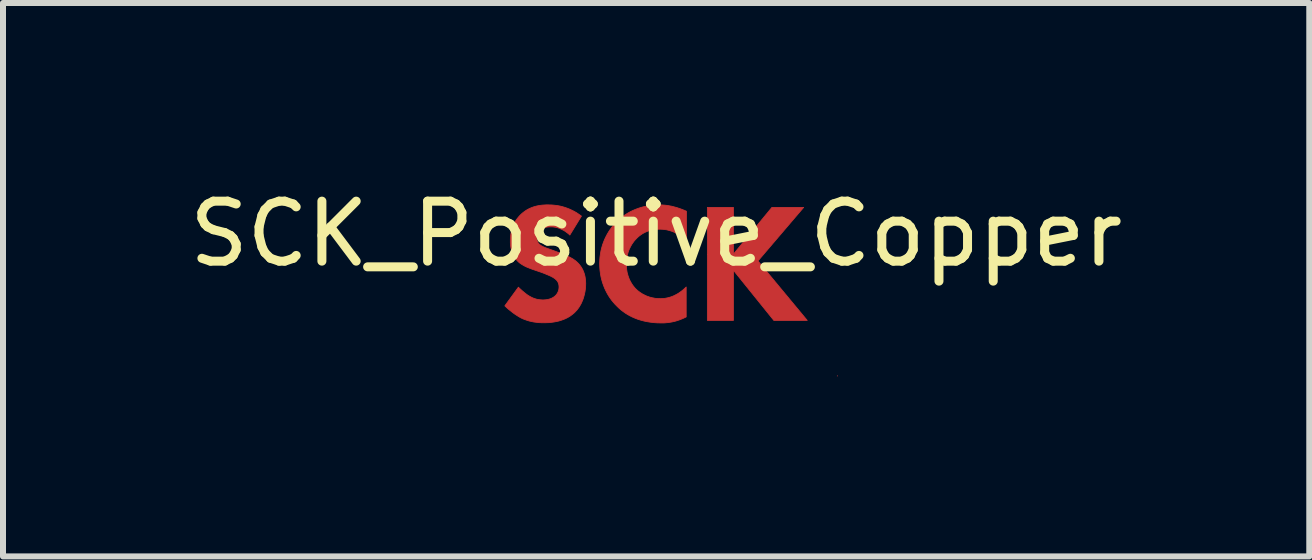
<source format=kicad_pcb>
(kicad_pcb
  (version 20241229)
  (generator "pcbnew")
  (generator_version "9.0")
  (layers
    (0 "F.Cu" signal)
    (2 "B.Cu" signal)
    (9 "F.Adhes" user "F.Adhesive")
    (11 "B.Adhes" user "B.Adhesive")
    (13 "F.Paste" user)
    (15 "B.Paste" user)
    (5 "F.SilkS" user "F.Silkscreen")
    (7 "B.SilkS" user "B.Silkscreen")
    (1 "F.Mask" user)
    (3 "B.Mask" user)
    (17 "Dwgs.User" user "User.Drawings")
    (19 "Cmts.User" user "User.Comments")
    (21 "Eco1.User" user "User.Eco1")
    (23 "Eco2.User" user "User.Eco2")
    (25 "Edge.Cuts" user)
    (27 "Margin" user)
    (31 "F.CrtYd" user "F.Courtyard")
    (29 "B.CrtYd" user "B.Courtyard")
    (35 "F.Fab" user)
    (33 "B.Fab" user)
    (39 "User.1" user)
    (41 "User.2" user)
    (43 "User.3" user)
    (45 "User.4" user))
  (footprint "SCK_Positive_Copper"
    (layer "F.Cu")
    (at 7.887 1.348)
    (property "Reference" "SCK_Positive_Copper" (at 0 -0.5 0) (unlocked yes) (layer "F.SilkS") (effects (font (size 1 1) (thickness 0.15))))
    (fp_poly (pts (xy 3.02 1.87) (xy 3.02 1.868) (xy 3.023 1.866)) (stroke (width 0.013) (type solid)) (fill yes) (layer "F.Cu"))
    (fp_poly (pts (xy 1.288 -0.162) (xy 1.93 -0.941) (xy 2.459 -0.941) (xy 1.697 -0.048) (xy 2.519 0.943) (xy 1.962 0.943) (xy 1.288 0.107) (xy 1.288 0.943) (xy 0.854 0.943) (xy 0.854 -0.158) (xy 1.284 -0.158) (xy 1.288 -0.158) (xy 1.288 -0.162) (xy 1.284 -0.158) (xy 0.854 -0.158) (xy 0.854 -0.941) (xy 1.288 -0.941)) (stroke (width 0.013) (type solid)) (fill yes) (layer "F.Cu"))
    (fp_poly (pts (xy 0.077 -0.983) (xy 0.101 -0.982) (xy 0.125 -0.98) (xy 0.15 -0.978) (xy 0.176 -0.975) (xy 0.202 -0.971) (xy 0.229 -0.966) (xy 0.257 -0.961) (xy 0.285 -0.954) (xy 0.314 -0.946) (xy 0.344 -0.938) (xy 0.374 -0.928) (xy 0.406 -0.917) (xy 0.438 -0.905) (xy 0.471 -0.892) (xy 0.505 -0.877) (xy 0.505 -0.376) (xy 0.486 -0.395) (xy 0.467 -0.414) (xy 0.446 -0.433) (xy 0.424 -0.451) (xy 0.401 -0.468) (xy 0.376 -0.485) (xy 0.351 -0.5) (xy 0.324 -0.515) (xy 0.296 -0.529) (xy 0.267 -0.541) (xy 0.236 -0.551) (xy 0.22 -0.556) (xy 0.204 -0.56) (xy 0.188 -0.564) (xy 0.171 -0.568) (xy 0.154 -0.57) (xy 0.137 -0.573) (xy 0.119 -0.575) (xy 0.101 -0.576) (xy 0.083 -0.577) (xy 0.064 -0.577) (xy 0.034 -0.577) (xy 0.006 -0.575) (xy -0.022 -0.572) (xy -0.049 -0.568) (xy -0.076 -0.563) (xy -0.102 -0.556) (xy -0.127 -0.549) (xy -0.151 -0.54) (xy -0.175 -0.53) (xy -0.197 -0.519) (xy -0.22 -0.507) (xy -0.241 -0.494) (xy -0.262 -0.479) (xy -0.282 -0.464) (xy -0.302 -0.447) (xy -0.321 -0.429) (xy -0.34 -0.409) (xy -0.359 -0.389) (xy -0.376 -0.367) (xy -0.393 -0.343) (xy -0.409 -0.319) (xy -0.423 -0.294) (xy -0.436 -0.268) (xy -0.449 -0.241) (xy -0.46 -0.213) (xy -0.469 -0.185) (xy -0.477 -0.155) (xy -0.484 -0.125) (xy -0.49 -0.093) (xy -0.494 -0.061) (xy -0.496 -0.029) (xy -0.497 0.005) (xy -0.496 0.04) (xy -0.494 0.075) (xy -0.489 0.108) (xy -0.484 0.14) (xy -0.476 0.17) (xy -0.468 0.199) (xy -0.458 0.227) (xy -0.448 0.254) (xy -0.436 0.279) (xy -0.423 0.303) (xy -0.41 0.326) (xy -0.396 0.348) (xy -0.381 0.368) (xy -0.366 0.387) (xy -0.351 0.405) (xy -0.335 0.421) (xy -0.326 0.429) (xy -0.316 0.439) (xy -0.303 0.45) (xy -0.287 0.462) (xy -0.27 0.475) (xy -0.25 0.488) (xy -0.228 0.502) (xy -0.203 0.515) (xy -0.19 0.521) (xy -0.177 0.528) (xy -0.163 0.534) (xy -0.148 0.54) (xy -0.133 0.545) (xy -0.117 0.551) (xy -0.101 0.556) (xy -0.084 0.56) (xy -0.066 0.565) (xy -0.048 0.568) (xy -0.03 0.572) (xy -0.011 0.575) (xy 0.009 0.577) (xy 0.029 0.578) (xy 0.05 0.579) (xy 0.071 0.58) (xy 0.093 0.579) (xy 0.115 0.578) (xy 0.138 0.576) (xy 0.162 0.572) (xy 0.187 0.567) (xy 0.213 0.561) (xy 0.239 0.553) (xy 0.266 0.544) (xy 0.294 0.532) (xy 0.322 0.518) (xy 0.351 0.503) (xy 0.38 0.485) (xy 0.41 0.464) (xy 0.44 0.441) (xy 0.47 0.415) (xy 0.501 0.386) (xy 0.501 0.885) (xy 0.474 0.898) (xy 0.444 0.912) (xy 0.414 0.924) (xy 0.386 0.935) (xy 0.358 0.944) (xy 0.33 0.953) (xy 0.303 0.96) (xy 0.277 0.966) (xy 0.251 0.971) (xy 0.226 0.975) (xy 0.202 0.979) (xy 0.178 0.981) (xy 0.132 0.985) (xy 0.089 0.985) (xy 0.025 0.984) (xy -0.036 0.98) (xy -0.095 0.973) (xy -0.151 0.964) (xy -0.204 0.953) (xy -0.256 0.939) (xy -0.305 0.924) (xy -0.352 0.906) (xy -0.396 0.887) (xy -0.438 0.866) (xy -0.479 0.843) (xy -0.517 0.819) (xy -0.553 0.793) (xy -0.587 0.767) (xy -0.619 0.739) (xy -0.649 0.71) (xy -0.68 0.679) (xy -0.71 0.645) (xy -0.739 0.61) (xy -0.766 0.573) (xy -0.792 0.534) (xy -0.816 0.493) (xy -0.838 0.45) (xy -0.859 0.406) (xy -0.877 0.36) (xy -0.894 0.312) (xy -0.908 0.263) (xy -0.92 0.213) (xy -0.929 0.161) (xy -0.936 0.108) (xy -0.94 0.053) (xy -0.942 -0.002) (xy -0.94 -0.058) (xy -0.936 -0.112) (xy -0.929 -0.165) (xy -0.92 -0.216) (xy -0.908 -0.266) (xy -0.894 -0.315) (xy -0.877 -0.362) (xy -0.859 -0.407) (xy -0.838 -0.451) (xy -0.816 -0.493) (xy -0.792 -0.534) (xy -0.766 -0.573) (xy -0.739 -0.61) (xy -0.71 -0.646) (xy -0.68 -0.679) (xy -0.649 -0.711) (xy -0.617 -0.741) (xy -0.583 -0.77) (xy -0.548 -0.797) (xy -0.51 -0.822) (xy -0.471 -0.846) (xy -0.431 -0.869) (xy -0.389 -0.889) (xy -0.345 -0.908) (xy -0.3 -0.925) (xy -0.254 -0.94) (xy -0.206 -0.953) (xy -0.157 -0.963) (xy -0.106 -0.972) (xy -0.054 -0.978) (xy -0.001 -0.982) (xy 0.053 -0.983)) (stroke (width 0.013) (type solid)) (fill yes) (layer "F.Cu"))
    (fp_poly (pts (xy -1.75 -0.982) (xy -1.721 -0.98) (xy -1.691 -0.977) (xy -1.659 -0.973) (xy -1.626 -0.968) (xy -1.592 -0.961) (xy -1.557 -0.952) (xy -1.52 -0.941) (xy -1.483 -0.928) (xy -1.445 -0.913) (xy -1.406 -0.895) (xy -1.366 -0.875) (xy -1.326 -0.852) (xy -1.286 -0.825) (xy -1.245 -0.796) (xy -1.439 -0.479) (xy -1.439 -0.482) (xy -1.465 -0.504) (xy -1.491 -0.524) (xy -1.516 -0.542) (xy -1.54 -0.557) (xy -1.564 -0.569) (xy -1.587 -0.58) (xy -1.609 -0.589) (xy -1.629 -0.597) (xy -1.649 -0.603) (xy -1.668 -0.607) (xy -1.686 -0.611) (xy -1.703 -0.613) (xy -1.718 -0.615) (xy -1.732 -0.616) (xy -1.756 -0.616) (xy -1.78 -0.616) (xy -1.791 -0.615) (xy -1.804 -0.614) (xy -1.816 -0.613) (xy -1.828 -0.611) (xy -1.84 -0.609) (xy -1.852 -0.606) (xy -1.864 -0.602) (xy -1.876 -0.598) (xy -1.888 -0.592) (xy -1.899 -0.586) (xy -1.91 -0.579) (xy -1.92 -0.572) (xy -1.925 -0.567) (xy -1.93 -0.563) (xy -1.935 -0.558) (xy -1.94 -0.553) (xy -1.945 -0.547) (xy -1.95 -0.541) (xy -1.955 -0.535) (xy -1.96 -0.529) (xy -1.964 -0.522) (xy -1.968 -0.515) (xy -1.972 -0.508) (xy -1.975 -0.501) (xy -1.978 -0.493) (xy -1.981 -0.485) (xy -1.984 -0.477) (xy -1.986 -0.468) (xy -1.987 -0.46) (xy -1.988 -0.451) (xy -1.989 -0.442) (xy -1.989 -0.433) (xy -1.989 -0.424) (xy -1.989 -0.416) (xy -1.988 -0.408) (xy -1.987 -0.401) (xy -1.985 -0.393) (xy -1.983 -0.386) (xy -1.981 -0.38) (xy -1.979 -0.373) (xy -1.976 -0.367) (xy -1.973 -0.361) (xy -1.969 -0.355) (xy -1.966 -0.349) (xy -1.961 -0.343) (xy -1.957 -0.338) (xy -1.952 -0.332) (xy -1.947 -0.327) (xy -1.938 -0.319) (xy -1.929 -0.312) (xy -1.919 -0.305) (xy -1.909 -0.299) (xy -1.897 -0.293) (xy -1.886 -0.287) (xy -1.873 -0.281) (xy -1.859 -0.275) (xy -1.845 -0.269) (xy -1.829 -0.263) (xy -1.795 -0.251) (xy -1.711 -0.221) (xy -1.57 -0.168) (xy -1.538 -0.156) (xy -1.505 -0.142) (xy -1.472 -0.127) (xy -1.455 -0.119) (xy -1.438 -0.11) (xy -1.421 -0.101) (xy -1.405 -0.092) (xy -1.388 -0.082) (xy -1.372 -0.071) (xy -1.356 -0.06) (xy -1.341 -0.049) (xy -1.326 -0.036) (xy -1.312 -0.023) (xy -1.292 -0.003) (xy -1.275 0.017) (xy -1.259 0.039) (xy -1.244 0.06) (xy -1.232 0.082) (xy -1.22 0.105) (xy -1.211 0.127) (xy -1.202 0.15) (xy -1.195 0.173) (xy -1.189 0.195) (xy -1.184 0.218) (xy -1.181 0.24) (xy -1.178 0.262) (xy -1.176 0.284) (xy -1.175 0.305) (xy -1.174 0.326) (xy -1.175 0.362) (xy -1.177 0.397) (xy -1.181 0.432) (xy -1.186 0.466) (xy -1.193 0.499) (xy -1.201 0.531) (xy -1.21 0.563) (xy -1.22 0.593) (xy -1.232 0.622) (xy -1.244 0.65) (xy -1.258 0.677) (xy -1.273 0.703) (xy -1.288 0.727) (xy -1.305 0.75) (xy -1.322 0.772) (xy -1.34 0.791) (xy -1.356 0.808) (xy -1.372 0.823) (xy -1.389 0.837) (xy -1.406 0.85) (xy -1.423 0.863) (xy -1.44 0.875) (xy -1.476 0.896) (xy -1.512 0.914) (xy -1.549 0.929) (xy -1.586 0.942) (xy -1.622 0.953) (xy -1.659 0.961) (xy -1.694 0.968) (xy -1.728 0.973) (xy -1.761 0.977) (xy -1.792 0.98) (xy -1.821 0.981) (xy -1.873 0.982) (xy -1.898 0.982) (xy -1.923 0.981) (xy -1.947 0.98) (xy -1.971 0.978) (xy -1.995 0.975) (xy -2.019 0.972) (xy -2.042 0.969) (xy -2.065 0.964) (xy -2.088 0.959) (xy -2.111 0.954) (xy -2.134 0.947) (xy -2.157 0.94) (xy -2.179 0.932) (xy -2.202 0.924) (xy -2.224 0.915) (xy -2.247 0.904) (xy -2.265 0.895) (xy -2.283 0.884) (xy -2.302 0.873) (xy -2.32 0.861) (xy -2.339 0.849) (xy -2.357 0.837) (xy -2.394 0.81) (xy -2.429 0.782) (xy -2.463 0.755) (xy -2.494 0.727) (xy -2.522 0.7) (xy -2.296 0.389) (xy -2.277 0.408) (xy -2.255 0.428) (xy -2.233 0.448) (xy -2.209 0.468) (xy -2.186 0.487) (xy -2.163 0.505) (xy -2.152 0.513) (xy -2.141 0.521) (xy -2.13 0.528) (xy -2.12 0.534) (xy -2.106 0.542) (xy -2.092 0.55) (xy -2.078 0.557) (xy -2.064 0.564) (xy -2.05 0.57) (xy -2.036 0.575) (xy -2.021 0.58) (xy -2.007 0.585) (xy -1.992 0.589) (xy -1.978 0.592) (xy -1.962 0.595) (xy -1.947 0.597) (xy -1.932 0.599) (xy -1.916 0.6) (xy -1.9 0.601) (xy -1.883 0.601) (xy -1.873 0.601) (xy -1.861 0.6) (xy -1.85 0.6) (xy -1.838 0.598) (xy -1.825 0.597) (xy -1.813 0.595) (xy -1.8 0.592) (xy -1.787 0.589) (xy -1.774 0.585) (xy -1.761 0.581) (xy -1.749 0.576) (xy -1.736 0.57) (xy -1.723 0.563) (xy -1.71 0.555) (xy -1.698 0.547) (xy -1.686 0.537) (xy -1.679 0.531) (xy -1.673 0.525) (xy -1.667 0.518) (xy -1.661 0.51) (xy -1.655 0.502) (xy -1.649 0.494) (xy -1.644 0.485) (xy -1.639 0.476) (xy -1.635 0.467) (xy -1.631 0.456) (xy -1.627 0.446) (xy -1.626 0.44) (xy -1.624 0.435) (xy -1.623 0.429) (xy -1.622 0.423) (xy -1.621 0.417) (xy -1.62 0.411) (xy -1.62 0.405) (xy -1.619 0.399) (xy -1.619 0.392) (xy -1.619 0.386) (xy -1.619 0.374) (xy -1.62 0.363) (xy -1.621 0.353) (xy -1.623 0.343) (xy -1.626 0.333) (xy -1.629 0.324) (xy -1.632 0.315) (xy -1.636 0.307) (xy -1.64 0.299) (xy -1.645 0.291) (xy -1.65 0.284) (xy -1.656 0.277) (xy -1.662 0.27) (xy -1.669 0.264) (xy -1.675 0.258) (xy -1.682 0.252) (xy -1.692 0.244) (xy -1.704 0.236) (xy -1.716 0.228) (xy -1.73 0.22) (xy -1.744 0.213) (xy -1.759 0.205) (xy -1.79 0.191) (xy -1.822 0.178) (xy -1.852 0.165) (xy -1.901 0.146) (xy -2.056 0.093) (xy -2.09 0.081) (xy -2.124 0.067) (xy -2.159 0.053) (xy -2.176 0.045) (xy -2.194 0.036) (xy -2.21 0.027) (xy -2.227 0.017) (xy -2.243 0.007) (xy -2.259 -0.004) (xy -2.275 -0.015) (xy -2.29 -0.028) (xy -2.304 -0.041) (xy -2.317 -0.055) (xy -2.335 -0.075) (xy -2.351 -0.096) (xy -2.365 -0.117) (xy -2.377 -0.138) (xy -2.387 -0.16) (xy -2.397 -0.181) (xy -2.404 -0.203) (xy -2.411 -0.225) (xy -2.416 -0.246) (xy -2.421 -0.267) (xy -2.424 -0.288) (xy -2.427 -0.308) (xy -2.428 -0.328) (xy -2.43 -0.347) (xy -2.43 -0.383) (xy -2.43 -0.415) (xy -2.428 -0.445) (xy -2.425 -0.476) (xy -2.421 -0.505) (xy -2.415 -0.534) (xy -2.409 -0.562) (xy -2.401 -0.59) (xy -2.392 -0.617) (xy -2.381 -0.643) (xy -2.369 -0.669) (xy -2.356 -0.694) (xy -2.341 -0.718) (xy -2.325 -0.742) (xy -2.307 -0.765) (xy -2.288 -0.788) (xy -2.268 -0.81) (xy -2.243 -0.834) (xy -2.217 -0.856) (xy -2.19 -0.876) (xy -2.164 -0.894) (xy -2.136 -0.91) (xy -2.108 -0.924) (xy -2.08 -0.936) (xy -2.051 -0.947) (xy -2.022 -0.956) (xy -1.992 -0.964) (xy -1.962 -0.97) (xy -1.931 -0.975) (xy -1.899 -0.979) (xy -1.868 -0.981) (xy -1.835 -0.983) (xy -1.802 -0.983)) (stroke (width 0.013) (type solid)) (fill yes) (layer "F.Cu")))
  (gr_rect
    (start -3 -3)
    (end 18.774 6.225)
    (stroke (width 0.1) (type default))
    (fill no)
    (layer "Edge.Cuts")))
</source>
